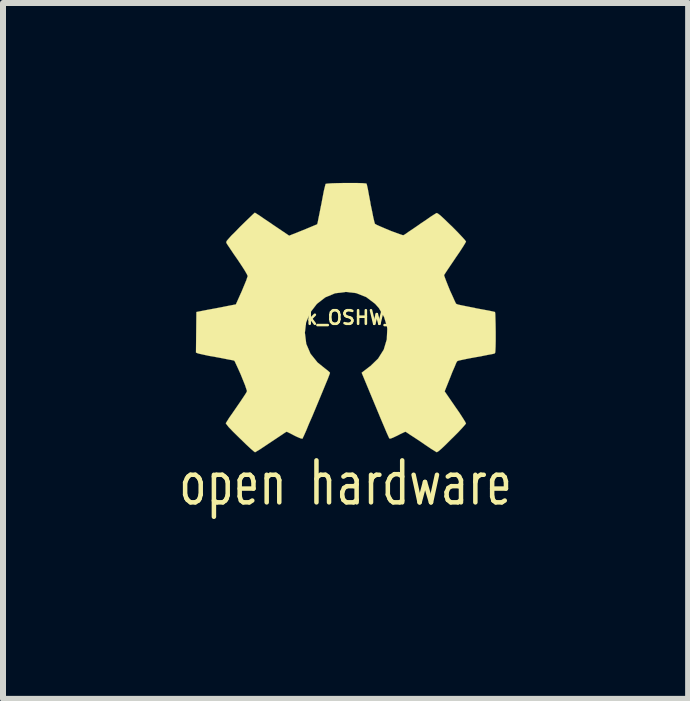
<source format=kicad_pcb>
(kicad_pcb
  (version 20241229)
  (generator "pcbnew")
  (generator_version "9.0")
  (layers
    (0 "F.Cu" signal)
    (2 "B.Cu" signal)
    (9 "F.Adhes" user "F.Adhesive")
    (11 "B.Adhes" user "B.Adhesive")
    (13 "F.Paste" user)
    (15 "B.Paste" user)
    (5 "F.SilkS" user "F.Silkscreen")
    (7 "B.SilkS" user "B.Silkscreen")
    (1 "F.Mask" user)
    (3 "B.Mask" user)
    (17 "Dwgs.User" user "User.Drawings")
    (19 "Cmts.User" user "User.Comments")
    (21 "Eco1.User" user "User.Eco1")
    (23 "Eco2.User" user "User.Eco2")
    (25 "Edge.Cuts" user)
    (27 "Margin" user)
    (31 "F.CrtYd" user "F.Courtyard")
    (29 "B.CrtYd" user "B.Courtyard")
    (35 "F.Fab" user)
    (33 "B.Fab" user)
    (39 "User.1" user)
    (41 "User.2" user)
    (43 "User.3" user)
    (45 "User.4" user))
  (footprint "Logo_silk_OSHW_6x6mm"
    (layer "F.Cu")
    (at 2.717 2.247)
    (property "Reference" "Logo_silk_OSHW_6x6mm" (at 0 0 0) (layer "F.SilkS") (effects (font (size 0.226 0.226) (thickness 0.043))))
    (attr exclude_from_pos_files exclude_from_bom)
    (fp_line (start -2.68 2.75) (end -2.68 2.95) (stroke (width 0.075) (type solid)) (layer "F.SilkS"))
    (fp_line (start -2.68 2.95) (end -2.66 3.01) (stroke (width 0.075) (type solid)) (layer "F.SilkS"))
    (fp_line (start -2.66 3.01) (end -2.64 3.04) (stroke (width 0.075) (type solid)) (layer "F.SilkS"))
    (fp_line (start -2.65 2.68) (end -2.68 2.75) (stroke (width 0.075) (type solid)) (layer "F.SilkS"))
    (fp_line (start -2.64 3.04) (end -2.59 3.08) (stroke (width 0.075) (type solid)) (layer "F.SilkS"))
    (fp_line (start -2.63 2.65) (end -2.65 2.68) (stroke (width 0.075) (type solid)) (layer "F.SilkS"))
    (fp_line (start -2.59 2.62) (end -2.63 2.65) (stroke (width 0.075) (type solid)) (layer "F.SilkS"))
    (fp_line (start -2.59 3.08) (end -2.51 3.08) (stroke (width 0.075) (type solid)) (layer "F.SilkS"))
    (fp_line (start -2.51 2.62) (end -2.59 2.62) (stroke (width 0.075) (type solid)) (layer "F.SilkS"))
    (fp_line (start -2.51 3.08) (end -2.46 3.05) (stroke (width 0.075) (type solid)) (layer "F.SilkS"))
    (fp_line (start -2.46 2.66) (end -2.51 2.62) (stroke (width 0.075) (type solid)) (layer "F.SilkS"))
    (fp_line (start -2.46 3.05) (end -2.44 3.02) (stroke (width 0.075) (type solid)) (layer "F.SilkS"))
    (fp_line (start -2.44 2.69) (end -2.46 2.66) (stroke (width 0.075) (type solid)) (layer "F.SilkS"))
    (fp_line (start -2.44 3.02) (end -2.42 2.95) (stroke (width 0.075) (type solid)) (layer "F.SilkS"))
    (fp_line (start -2.42 2.75) (end -2.44 2.69) (stroke (width 0.075) (type solid)) (layer "F.SilkS"))
    (fp_line (start -2.42 2.95) (end -2.42 2.75) (stroke (width 0.075) (type solid)) (layer "F.SilkS"))
    (fp_line (start -2.2 2.65) (end -2.16 2.62) (stroke (width 0.075) (type solid)) (layer "F.SilkS"))
    (fp_line (start -2.2 3.32) (end -2.2 2.62) (stroke (width 0.075) (type solid)) (layer "F.SilkS"))
    (fp_line (start -2.16 2.62) (end -2.06 2.62) (stroke (width 0.075) (type solid)) (layer "F.SilkS"))
    (fp_line (start -2.15 3.08) (end -2.2 3.05) (stroke (width 0.075) (type solid)) (layer "F.SilkS"))
    (fp_line (start -2.06 2.62) (end -2.02 2.65) (stroke (width 0.075) (type solid)) (layer "F.SilkS"))
    (fp_line (start -2.05 3.08) (end -2.15 3.08) (stroke (width 0.075) (type solid)) (layer "F.SilkS"))
    (fp_line (start -2.02 2.65) (end -1.99 2.68) (stroke (width 0.075) (type solid)) (layer "F.SilkS"))
    (fp_line (start -2.01 3.05) (end -2.05 3.08) (stroke (width 0.075) (type solid)) (layer "F.SilkS"))
    (fp_line (start -1.99 2.68) (end -1.97 2.74) (stroke (width 0.075) (type solid)) (layer "F.SilkS"))
    (fp_line (start -1.99 3.02) (end -2.01 3.05) (stroke (width 0.075) (type solid)) (layer "F.SilkS"))
    (fp_line (start -1.97 2.74) (end -1.97 2.96) (stroke (width 0.075) (type solid)) (layer "F.SilkS"))
    (fp_line (start -1.97 2.96) (end -1.99 3.02) (stroke (width 0.075) (type solid)) (layer "F.SilkS"))
    (fp_line (start -1.77 2.71) (end -1.77 2.98) (stroke (width 0.075) (type solid)) (layer "F.SilkS"))
    (fp_line (start -1.77 2.98) (end -1.75 3.05) (stroke (width 0.075) (type solid)) (layer "F.SilkS"))
    (fp_line (start -1.75 3.05) (end -1.71 3.08) (stroke (width 0.075) (type solid)) (layer "F.SilkS"))
    (fp_line (start -1.74 2.65) (end -1.77 2.71) (stroke (width 0.075) (type solid)) (layer "F.SilkS"))
    (fp_line (start -1.71 3.08) (end -1.61 3.08) (stroke (width 0.075) (type solid)) (layer "F.SilkS"))
    (fp_line (start -1.7 2.62) (end -1.74 2.65) (stroke (width 0.075) (type solid)) (layer "F.SilkS"))
    (fp_line (start -1.61 3.08) (end -1.56 3.05) (stroke (width 0.075) (type solid)) (layer "F.SilkS"))
    (fp_line (start -1.6 2.62) (end -1.7 2.62) (stroke (width 0.075) (type solid)) (layer "F.SilkS"))
    (fp_line (start -1.56 2.66) (end -1.6 2.62) (stroke (width 0.075) (type solid)) (layer "F.SilkS"))
    (fp_line (start -1.54 2.73) (end -1.56 2.66) (stroke (width 0.075) (type solid)) (layer "F.SilkS"))
    (fp_line (start -1.54 2.85) (end -1.77 2.85) (stroke (width 0.075) (type solid)) (layer "F.SilkS"))
    (fp_line (start -1.54 2.85) (end -1.54 2.73) (stroke (width 0.075) (type solid)) (layer "F.SilkS"))
    (fp_line (start -1.32 2.62) (end -1.32 3.08) (stroke (width 0.075) (type solid)) (layer "F.SilkS"))
    (fp_line (start -1.32 2.68) (end -1.3 2.65) (stroke (width 0.075) (type solid)) (layer "F.SilkS"))
    (fp_line (start -1.3 2.65) (end -1.26 2.62) (stroke (width 0.075) (type solid)) (layer "F.SilkS"))
    (fp_line (start -1.26 2.62) (end -1.17 2.62) (stroke (width 0.075) (type solid)) (layer "F.SilkS"))
    (fp_line (start -1.17 2.62) (end -1.13 2.65) (stroke (width 0.075) (type solid)) (layer "F.SilkS"))
    (fp_line (start -1.13 2.65) (end -1.11 2.71) (stroke (width 0.075) (type solid)) (layer "F.SilkS"))
    (fp_line (start -1.11 2.71) (end -1.11 3.08) (stroke (width 0.075) (type solid)) (layer "F.SilkS"))
    (fp_line (start -0.49 2.38) (end -0.49 3.08) (stroke (width 0.075) (type solid)) (layer "F.SilkS"))
    (fp_line (start -0.49 2.69) (end -0.47 2.65) (stroke (width 0.075) (type solid)) (layer "F.SilkS"))
    (fp_line (start -0.47 2.65) (end -0.42 2.62) (stroke (width 0.075) (type solid)) (layer "F.SilkS"))
    (fp_line (start -0.42 2.62) (end -0.34 2.62) (stroke (width 0.075) (type solid)) (layer "F.SilkS"))
    (fp_line (start -0.34 2.62) (end -0.3 2.65) (stroke (width 0.075) (type solid)) (layer "F.SilkS"))
    (fp_line (start -0.3 2.65) (end -0.28 2.71) (stroke (width 0.075) (type solid)) (layer "F.SilkS"))
    (fp_line (start -0.28 2.71) (end -0.28 3.08) (stroke (width 0.075) (type solid)) (layer "F.SilkS"))
    (fp_line (start -0.06 2.91) (end -0.06 2.98) (stroke (width 0.075) (type solid)) (layer "F.SilkS"))
    (fp_line (start -0.06 2.98) (end -0.04 3.04) (stroke (width 0.075) (type solid)) (layer "F.SilkS"))
    (fp_line (start -0.04 2.65) (end 0.01 2.62) (stroke (width 0.075) (type solid)) (layer "F.SilkS"))
    (fp_line (start -0.04 3.04) (end 0.01 3.08) (stroke (width 0.075) (type solid)) (layer "F.SilkS"))
    (fp_line (start -0.03 2.84) (end -0.06 2.91) (stroke (width 0.075) (type solid)) (layer "F.SilkS"))
    (fp_line (start 0.01 2.62) (end 0.11 2.62) (stroke (width 0.075) (type solid)) (layer "F.SilkS"))
    (fp_line (start 0.01 3.08) (end 0.13 3.08) (stroke (width 0.075) (type solid)) (layer "F.SilkS"))
    (fp_line (start 0.02 2.81) (end -0.03 2.84) (stroke (width 0.075) (type solid)) (layer "F.SilkS"))
    (fp_line (start 0.11 2.62) (end 0.15 2.65) (stroke (width 0.075) (type solid)) (layer "F.SilkS"))
    (fp_line (start 0.13 3.08) (end 0.18 3.04) (stroke (width 0.075) (type solid)) (layer "F.SilkS"))
    (fp_line (start 0.14 2.81) (end 0.02 2.81) (stroke (width 0.075) (type solid)) (layer "F.SilkS"))
    (fp_line (start 0.15 2.65) (end 0.18 2.71) (stroke (width 0.075) (type solid)) (layer "F.SilkS"))
    (fp_line (start 0.18 2.71) (end 0.18 3.08) (stroke (width 0.075) (type solid)) (layer "F.SilkS"))
    (fp_line (start 0.18 2.78) (end 0.14 2.81) (stroke (width 0.075) (type solid)) (layer "F.SilkS"))
    (fp_line (start 0.42 2.62) (end 0.42 3.08) (stroke (width 0.075) (type solid)) (layer "F.SilkS"))
    (fp_line (start 0.42 2.74) (end 0.44 2.67) (stroke (width 0.075) (type solid)) (layer "F.SilkS"))
    (fp_line (start 0.44 2.67) (end 0.46 2.65) (stroke (width 0.075) (type solid)) (layer "F.SilkS"))
    (fp_line (start 0.46 2.65) (end 0.51 2.62) (stroke (width 0.075) (type solid)) (layer "F.SilkS"))
    (fp_line (start 0.51 2.62) (end 0.56 2.62) (stroke (width 0.075) (type solid)) (layer "F.SilkS"))
    (fp_line (start 0.7 2.75) (end 0.73 2.68) (stroke (width 0.075) (type solid)) (layer "F.SilkS"))
    (fp_line (start 0.7 2.95) (end 0.7 2.75) (stroke (width 0.075) (type solid)) (layer "F.SilkS"))
    (fp_line (start 0.73 2.68) (end 0.75 2.65) (stroke (width 0.075) (type solid)) (layer "F.SilkS"))
    (fp_line (start 0.73 3.02) (end 0.7 2.95) (stroke (width 0.075) (type solid)) (layer "F.SilkS"))
    (fp_line (start 0.75 2.65) (end 0.81 2.61) (stroke (width 0.075) (type solid)) (layer "F.SilkS"))
    (fp_line (start 0.75 3.05) (end 0.73 3.02) (stroke (width 0.075) (type solid)) (layer "F.SilkS"))
    (fp_line (start 0.79 3.08) (end 0.75 3.05) (stroke (width 0.075) (type solid)) (layer "F.SilkS"))
    (fp_line (start 0.81 2.61) (end 0.88 2.61) (stroke (width 0.075) (type solid)) (layer "F.SilkS"))
    (fp_line (start 0.88 2.61) (end 0.94 2.65) (stroke (width 0.075) (type solid)) (layer "F.SilkS"))
    (fp_line (start 0.9 3.08) (end 0.79 3.08) (stroke (width 0.075) (type solid)) (layer "F.SilkS"))
    (fp_line (start 0.94 2.38) (end 0.94 3.08) (stroke (width 0.075) (type solid)) (layer "F.SilkS"))
    (fp_line (start 0.94 3.05) (end 0.9 3.08) (stroke (width 0.075) (type solid)) (layer "F.SilkS"))
    (fp_line (start 1.13 2.62) (end 1.23 3.08) (stroke (width 0.075) (type solid)) (layer "F.SilkS"))
    (fp_line (start 1.23 3.08) (end 1.32 2.74) (stroke (width 0.075) (type solid)) (layer "F.SilkS"))
    (fp_line (start 1.32 2.74) (end 1.42 3.08) (stroke (width 0.075) (type solid)) (layer "F.SilkS"))
    (fp_line (start 1.42 3.08) (end 1.52 2.62) (stroke (width 0.075) (type solid)) (layer "F.SilkS"))
    (fp_line (start 1.68 2.91) (end 1.68 2.98) (stroke (width 0.075) (type solid)) (layer "F.SilkS"))
    (fp_line (start 1.68 2.98) (end 1.7 3.04) (stroke (width 0.075) (type solid)) (layer "F.SilkS"))
    (fp_line (start 1.7 2.65) (end 1.75 2.62) (stroke (width 0.075) (type solid)) (layer "F.SilkS"))
    (fp_line (start 1.7 3.04) (end 1.75 3.08) (stroke (width 0.075) (type solid)) (layer "F.SilkS"))
    (fp_line (start 1.71 2.84) (end 1.68 2.91) (stroke (width 0.075) (type solid)) (layer "F.SilkS"))
    (fp_line (start 1.75 2.62) (end 1.85 2.62) (stroke (width 0.075) (type solid)) (layer "F.SilkS"))
    (fp_line (start 1.75 3.08) (end 1.87 3.08) (stroke (width 0.075) (type solid)) (layer "F.SilkS"))
    (fp_line (start 1.76 2.81) (end 1.71 2.84) (stroke (width 0.075) (type solid)) (layer "F.SilkS"))
    (fp_line (start 1.85 2.62) (end 1.89 2.65) (stroke (width 0.075) (type solid)) (layer "F.SilkS"))
    (fp_line (start 1.87 3.08) (end 1.92 3.04) (stroke (width 0.075) (type solid)) (layer "F.SilkS"))
    (fp_line (start 1.88 2.81) (end 1.76 2.81) (stroke (width 0.075) (type solid)) (layer "F.SilkS"))
    (fp_line (start 1.89 2.65) (end 1.92 2.71) (stroke (width 0.075) (type solid)) (layer "F.SilkS"))
    (fp_line (start 1.92 2.71) (end 1.92 3.08) (stroke (width 0.075) (type solid)) (layer "F.SilkS"))
    (fp_line (start 1.92 2.78) (end 1.88 2.81) (stroke (width 0.075) (type solid)) (layer "F.SilkS"))
    (fp_line (start 2.16 2.62) (end 2.16 3.08) (stroke (width 0.075) (type solid)) (layer "F.SilkS"))
    (fp_line (start 2.16 2.74) (end 2.18 2.67) (stroke (width 0.075) (type solid)) (layer "F.SilkS"))
    (fp_line (start 2.18 2.67) (end 2.2 2.65) (stroke (width 0.075) (type solid)) (layer "F.SilkS"))
    (fp_line (start 2.2 2.65) (end 2.25 2.62) (stroke (width 0.075) (type solid)) (layer "F.SilkS"))
    (fp_line (start 2.25 2.62) (end 2.3 2.62) (stroke (width 0.075) (type solid)) (layer "F.SilkS"))
    (fp_line (start 2.44 2.71) (end 2.44 2.98) (stroke (width 0.075) (type solid)) (layer "F.SilkS"))
    (fp_line (start 2.44 2.98) (end 2.46 3.05) (stroke (width 0.075) (type solid)) (layer "F.SilkS"))
    (fp_line (start 2.46 3.05) (end 2.5 3.08) (stroke (width 0.075) (type solid)) (layer "F.SilkS"))
    (fp_line (start 2.47 2.65) (end 2.44 2.71) (stroke (width 0.075) (type solid)) (layer "F.SilkS"))
    (fp_line (start 2.5 3.08) (end 2.6 3.08) (stroke (width 0.075) (type solid)) (layer "F.SilkS"))
    (fp_line (start 2.51 2.62) (end 2.47 2.65) (stroke (width 0.075) (type solid)) (layer "F.SilkS"))
    (fp_line (start 2.6 3.08) (end 2.65 3.05) (stroke (width 0.075) (type solid)) (layer "F.SilkS"))
    (fp_line (start 2.61 2.62) (end 2.51 2.62) (stroke (width 0.075) (type solid)) (layer "F.SilkS"))
    (fp_line (start 2.65 2.66) (end 2.61 2.62) (stroke (width 0.075) (type solid)) (layer "F.SilkS"))
    (fp_line (start 2.67 2.73) (end 2.65 2.66) (stroke (width 0.075) (type solid)) (layer "F.SilkS"))
    (fp_line (start 2.67 2.85) (end 2.44 2.85) (stroke (width 0.075) (type solid)) (layer "F.SilkS"))
    (fp_line (start 2.67 2.85) (end 2.67 2.73) (stroke (width 0.075) (type solid)) (layer "F.SilkS"))
    (fp_poly (pts (xy -1.514 2.245) (xy -1.488 2.23) (xy -1.43 2.195) (xy -1.346 2.139) (xy -1.247 2.073) (xy -1.148 2.007) (xy -1.067 1.953) (xy -1.011 1.915) (xy -0.986 1.902) (xy -0.973 1.908) (xy -0.927 1.93) (xy -0.859 1.966) (xy -0.818 1.986) (xy -0.757 2.012) (xy -0.724 2.019) (xy -0.719 2.009) (xy -0.696 1.961) (xy -0.66 1.88) (xy -0.615 1.77) (xy -0.559 1.643) (xy -0.503 1.509) (xy -0.445 1.369) (xy -0.389 1.234) (xy -0.34 1.115) (xy -0.3 1.019) (xy -0.274 0.95) (xy -0.264 0.922) (xy -0.267 0.914) (xy -0.3 0.884) (xy -0.353 0.843) (xy -0.472 0.747) (xy -0.589 0.602) (xy -0.66 0.437) (xy -0.683 0.251) (xy -0.663 0.081) (xy -0.597 -0.081) (xy -0.483 -0.229) (xy -0.343 -0.338) (xy -0.18 -0.406) (xy 0 -0.429) (xy 0.173 -0.409) (xy 0.34 -0.343) (xy 0.488 -0.231) (xy 0.551 -0.16) (xy 0.638 -0.01) (xy 0.686 0.147) (xy 0.691 0.188) (xy 0.683 0.363) (xy 0.632 0.533) (xy 0.538 0.683) (xy 0.409 0.808) (xy 0.394 0.818) (xy 0.335 0.864) (xy 0.295 0.894) (xy 0.264 0.919) (xy 0.488 1.458) (xy 0.523 1.542) (xy 0.584 1.689) (xy 0.638 1.816) (xy 0.681 1.918) (xy 0.711 1.984) (xy 0.724 2.012) (xy 0.724 2.014) (xy 0.744 2.017) (xy 0.785 2.002) (xy 0.861 1.966) (xy 0.909 1.941) (xy 0.968 1.913) (xy 0.993 1.902) (xy 1.016 1.915) (xy 1.069 1.951) (xy 1.151 2.004) (xy 1.247 2.068) (xy 1.339 2.131) (xy 1.422 2.187) (xy 1.483 2.225) (xy 1.514 2.243) (xy 1.519 2.243) (xy 1.544 2.228) (xy 1.593 2.187) (xy 1.666 2.118) (xy 1.77 2.014) (xy 1.786 1.999) (xy 1.872 1.913) (xy 1.941 1.839) (xy 1.986 1.788) (xy 2.004 1.765) (xy 1.989 1.735) (xy 1.951 1.674) (xy 1.895 1.587) (xy 1.826 1.488) (xy 1.648 1.229) (xy 1.745 0.986) (xy 1.775 0.909) (xy 1.814 0.82) (xy 1.841 0.754) (xy 1.857 0.726) (xy 1.882 0.716) (xy 1.951 0.701) (xy 2.047 0.681) (xy 2.162 0.66) (xy 2.273 0.64) (xy 2.372 0.62) (xy 2.443 0.607) (xy 2.477 0.599) (xy 2.484 0.594) (xy 2.492 0.579) (xy 2.494 0.546) (xy 2.497 0.485) (xy 2.499 0.391) (xy 2.499 0.251) (xy 2.499 0.236) (xy 2.497 0.107) (xy 2.494 0) (xy 2.492 -0.066) (xy 2.487 -0.094) (xy 2.456 -0.102) (xy 2.385 -0.117) (xy 2.286 -0.135) (xy 2.167 -0.157) (xy 2.159 -0.16) (xy 2.042 -0.183) (xy 1.943 -0.203) (xy 1.872 -0.218) (xy 1.844 -0.229) (xy 1.836 -0.236) (xy 1.814 -0.282) (xy 1.781 -0.356) (xy 1.74 -0.445) (xy 1.702 -0.538) (xy 1.669 -0.622) (xy 1.646 -0.683) (xy 1.638 -0.711) (xy 1.641 -0.714) (xy 1.659 -0.742) (xy 1.699 -0.803) (xy 1.755 -0.886) (xy 1.824 -0.988) (xy 1.829 -0.996) (xy 1.897 -1.095) (xy 1.953 -1.181) (xy 1.989 -1.24) (xy 2.004 -1.267) (xy 2.004 -1.27) (xy 1.981 -1.3) (xy 1.93 -1.356) (xy 1.857 -1.433) (xy 1.77 -1.521) (xy 1.742 -1.547) (xy 1.643 -1.643) (xy 1.577 -1.704) (xy 1.534 -1.737) (xy 1.514 -1.745) (xy 1.483 -1.727) (xy 1.42 -1.687) (xy 1.336 -1.628) (xy 1.234 -1.56) (xy 1.227 -1.554) (xy 1.128 -1.486) (xy 1.044 -1.43) (xy 0.986 -1.389) (xy 0.958 -1.374) (xy 0.955 -1.374) (xy 0.914 -1.387) (xy 0.843 -1.412) (xy 0.754 -1.445) (xy 0.663 -1.483) (xy 0.579 -1.519) (xy 0.516 -1.547) (xy 0.485 -1.565) (xy 0.475 -1.6) (xy 0.457 -1.676) (xy 0.437 -1.778) (xy 0.411 -1.9) (xy 0.409 -1.92) (xy 0.386 -2.04) (xy 0.368 -2.139) (xy 0.353 -2.207) (xy 0.345 -2.235) (xy 0.33 -2.238) (xy 0.272 -2.243) (xy 0.183 -2.245) (xy 0.074 -2.245) (xy -0.038 -2.245) (xy -0.147 -2.243) (xy -0.241 -2.24) (xy -0.31 -2.235) (xy -0.338 -2.23) (xy -0.338 -2.228) (xy -0.348 -2.189) (xy -0.366 -2.116) (xy -0.386 -2.012) (xy -0.409 -1.89) (xy -0.414 -1.867) (xy -0.437 -1.75) (xy -0.457 -1.651) (xy -0.47 -1.585) (xy -0.478 -1.557) (xy -0.49 -1.552) (xy -0.538 -1.532) (xy -0.617 -1.499) (xy -0.716 -1.458) (xy -0.945 -1.367) (xy -1.227 -1.557) (xy -1.252 -1.575) (xy -1.354 -1.643) (xy -1.435 -1.699) (xy -1.494 -1.737) (xy -1.516 -1.75) (xy -1.519 -1.75) (xy -1.547 -1.725) (xy -1.603 -1.671) (xy -1.679 -1.598) (xy -1.768 -1.511) (xy -1.831 -1.445) (xy -1.91 -1.367) (xy -1.958 -1.313) (xy -1.986 -1.28) (xy -1.994 -1.26) (xy -1.991 -1.245) (xy -1.974 -1.217) (xy -1.933 -1.156) (xy -1.875 -1.069) (xy -1.806 -0.97) (xy -1.75 -0.886) (xy -1.689 -0.792) (xy -1.651 -0.726) (xy -1.636 -0.693) (xy -1.641 -0.681) (xy -1.659 -0.625) (xy -1.694 -0.541) (xy -1.735 -0.442) (xy -1.834 -0.221) (xy -1.979 -0.193) (xy -2.068 -0.175) (xy -2.189 -0.152) (xy -2.309 -0.13) (xy -2.492 -0.094) (xy -2.499 0.582) (xy -2.471 0.594) (xy -2.443 0.602) (xy -2.375 0.617) (xy -2.278 0.638) (xy -2.162 0.658) (xy -2.065 0.676) (xy -1.966 0.696) (xy -1.895 0.709) (xy -1.864 0.716) (xy -1.854 0.726) (xy -1.831 0.775) (xy -1.796 0.851) (xy -1.755 0.942) (xy -1.717 1.036) (xy -1.681 1.125) (xy -1.659 1.191) (xy -1.648 1.224) (xy -1.661 1.252) (xy -1.699 1.311) (xy -1.753 1.392) (xy -1.821 1.491) (xy -1.887 1.587) (xy -1.946 1.671) (xy -1.984 1.732) (xy -2.002 1.76) (xy -1.991 1.778) (xy -1.953 1.826) (xy -1.88 1.902) (xy -1.768 2.012) (xy -1.75 2.029) (xy -1.664 2.113) (xy -1.59 2.182) (xy -1.537 2.228) (xy -1.514 2.245)) (stroke (width 0.003) (type solid)) (fill yes) (layer "F.SilkS")))
  (gr_rect
    (start -3 -3)
    (end 8.425 8.604)
    (stroke (width 0.1) (type default))
    (fill no)
    (layer "Edge.Cuts")))
</source>
